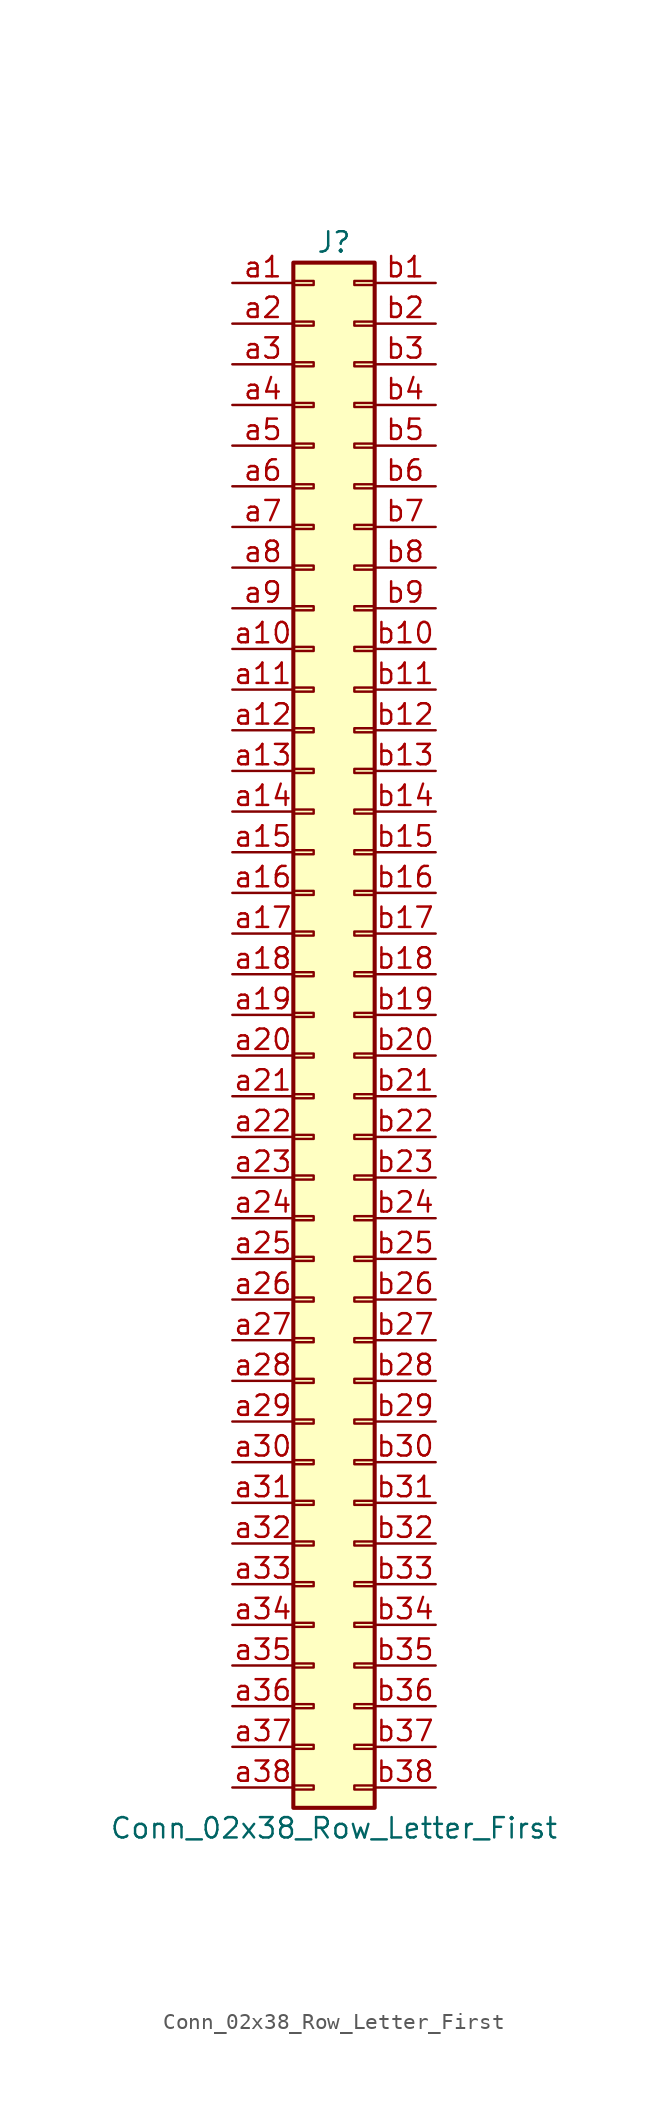
<source format=kicad_sym>
(kicad_symbol_lib
  (version 20211014)
  (generator kicad_symbol_editor)
  (symbol "Conn_02x38_Row_Letter_First"
    (pin_names
      (offset 1.016) hide)
    (property "Reference" "J"
      (at 1.27 48.26 0)
      (effects (font (size 1.27 1.27))))
    (property "Value" "Conn_02x38_Row_Letter_First"
      (at 1.27 -50.8 0)
      (effects (font (size 1.27 1.27))))
    (symbol "Conn_02x38_Row_Letter_First_1_1"
      (rectangle (start -1.27 -48.133) (end 0 -48.387) (stroke (width 0.152) (type default) (color 0 0 0 0)) (fill (type none)))
      (rectangle (start -1.27 -45.593) (end 0 -45.847) (stroke (width 0.152) (type default) (color 0 0 0 0)) (fill (type none)))
      (rectangle (start -1.27 -43.053) (end 0 -43.307) (stroke (width 0.152) (type default) (color 0 0 0 0)) (fill (type none)))
      (rectangle (start -1.27 -40.513) (end 0 -40.767) (stroke (width 0.152) (type default) (color 0 0 0 0)) (fill (type none)))
      (rectangle (start -1.27 -37.973) (end 0 -38.227) (stroke (width 0.152) (type default) (color 0 0 0 0)) (fill (type none)))
      (rectangle (start -1.27 -35.433) (end 0 -35.687) (stroke (width 0.152) (type default) (color 0 0 0 0)) (fill (type none)))
      (rectangle (start -1.27 -32.893) (end 0 -33.147) (stroke (width 0.152) (type default) (color 0 0 0 0)) (fill (type none)))
      (rectangle (start -1.27 -30.353) (end 0 -30.607) (stroke (width 0.152) (type default) (color 0 0 0 0)) (fill (type none)))
      (rectangle (start -1.27 -27.813) (end 0 -28.067) (stroke (width 0.152) (type default) (color 0 0 0 0)) (fill (type none)))
      (rectangle (start -1.27 -25.273) (end 0 -25.527) (stroke (width 0.152) (type default) (color 0 0 0 0)) (fill (type none)))
      (rectangle (start -1.27 -22.733) (end 0 -22.987) (stroke (width 0.152) (type default) (color 0 0 0 0)) (fill (type none)))
      (rectangle (start -1.27 -20.193) (end 0 -20.447) (stroke (width 0.152) (type default) (color 0 0 0 0)) (fill (type none)))
      (rectangle (start -1.27 -17.653) (end 0 -17.907) (stroke (width 0.152) (type default) (color 0 0 0 0)) (fill (type none)))
      (rectangle (start -1.27 -15.113) (end 0 -15.367) (stroke (width 0.152) (type default) (color 0 0 0 0)) (fill (type none)))
      (rectangle (start -1.27 -12.573) (end 0 -12.827) (stroke (width 0.152) (type default) (color 0 0 0 0)) (fill (type none)))
      (rectangle (start -1.27 -10.033) (end 0 -10.287) (stroke (width 0.152) (type default) (color 0 0 0 0)) (fill (type none)))
      (rectangle (start -1.27 -7.493) (end 0 -7.747) (stroke (width 0.152) (type default) (color 0 0 0 0)) (fill (type none)))
      (rectangle (start -1.27 -4.953) (end 0 -5.207) (stroke (width 0.152) (type default) (color 0 0 0 0)) (fill (type none)))
      (rectangle (start -1.27 -2.413) (end 0 -2.667) (stroke (width 0.152) (type default) (color 0 0 0 0)) (fill (type none)))
      (rectangle (start -1.27 0.127) (end 0 -0.127) (stroke (width 0.152) (type default) (color 0 0 0 0)) (fill (type none)))
      (rectangle (start -1.27 2.667) (end 0 2.413) (stroke (width 0.152) (type default) (color 0 0 0 0)) (fill (type none)))
      (rectangle (start -1.27 5.207) (end 0 4.953) (stroke (width 0.152) (type default) (color 0 0 0 0)) (fill (type none)))
      (rectangle (start -1.27 7.747) (end 0 7.493) (stroke (width 0.152) (type default) (color 0 0 0 0)) (fill (type none)))
      (rectangle (start -1.27 10.287) (end 0 10.033) (stroke (width 0.152) (type default) (color 0 0 0 0)) (fill (type none)))
      (rectangle (start -1.27 12.827) (end 0 12.573) (stroke (width 0.152) (type default) (color 0 0 0 0)) (fill (type none)))
      (rectangle (start -1.27 15.367) (end 0 15.113) (stroke (width 0.152) (type default) (color 0 0 0 0)) (fill (type none)))
      (rectangle (start -1.27 17.907) (end 0 17.653) (stroke (width 0.152) (type default) (color 0 0 0 0)) (fill (type none)))
      (rectangle (start -1.27 20.447) (end 0 20.193) (stroke (width 0.152) (type default) (color 0 0 0 0)) (fill (type none)))
      (rectangle (start -1.27 22.987) (end 0 22.733) (stroke (width 0.152) (type default) (color 0 0 0 0)) (fill (type none)))
      (rectangle (start -1.27 25.527) (end 0 25.273) (stroke (width 0.152) (type default) (color 0 0 0 0)) (fill (type none)))
      (rectangle (start -1.27 28.067) (end 0 27.813) (stroke (width 0.152) (type default) (color 0 0 0 0)) (fill (type none)))
      (rectangle (start -1.27 30.607) (end 0 30.353) (stroke (width 0.152) (type default) (color 0 0 0 0)) (fill (type none)))
      (rectangle (start -1.27 33.147) (end 0 32.893) (stroke (width 0.152) (type default) (color 0 0 0 0)) (fill (type none)))
      (rectangle (start -1.27 35.687) (end 0 35.433) (stroke (width 0.152) (type default) (color 0 0 0 0)) (fill (type none)))
      (rectangle (start -1.27 38.227) (end 0 37.973) (stroke (width 0.152) (type default) (color 0 0 0 0)) (fill (type none)))
      (rectangle (start -1.27 40.767) (end 0 40.513) (stroke (width 0.152) (type default) (color 0 0 0 0)) (fill (type none)))
      (rectangle (start -1.27 43.307) (end 0 43.053) (stroke (width 0.152) (type default) (color 0 0 0 0)) (fill (type none)))
      (rectangle (start -1.27 45.847) (end 0 45.593) (stroke (width 0.152) (type default) (color 0 0 0 0)) (fill (type none)))
      (rectangle (start -1.27 46.99) (end 3.81 -49.53) (stroke (width 0.254) (type default) (color 0 0 0 0)) (fill (type background)))
      (rectangle (start 3.81 -48.133) (end 2.54 -48.387) (stroke (width 0.152) (type default) (color 0 0 0 0)) (fill (type none)))
      (rectangle (start 3.81 -45.593) (end 2.54 -45.847) (stroke (width 0.152) (type default) (color 0 0 0 0)) (fill (type none)))
      (rectangle (start 3.81 -43.053) (end 2.54 -43.307) (stroke (width 0.152) (type default) (color 0 0 0 0)) (fill (type none)))
      (rectangle (start 3.81 -40.513) (end 2.54 -40.767) (stroke (width 0.152) (type default) (color 0 0 0 0)) (fill (type none)))
      (rectangle (start 3.81 -37.973) (end 2.54 -38.227) (stroke (width 0.152) (type default) (color 0 0 0 0)) (fill (type none)))
      (rectangle (start 3.81 -35.433) (end 2.54 -35.687) (stroke (width 0.152) (type default) (color 0 0 0 0)) (fill (type none)))
      (rectangle (start 3.81 -32.893) (end 2.54 -33.147) (stroke (width 0.152) (type default) (color 0 0 0 0)) (fill (type none)))
      (rectangle (start 3.81 -30.353) (end 2.54 -30.607) (stroke (width 0.152) (type default) (color 0 0 0 0)) (fill (type none)))
      (rectangle (start 3.81 -27.813) (end 2.54 -28.067) (stroke (width 0.152) (type default) (color 0 0 0 0)) (fill (type none)))
      (rectangle (start 3.81 -25.273) (end 2.54 -25.527) (stroke (width 0.152) (type default) (color 0 0 0 0)) (fill (type none)))
      (rectangle (start 3.81 -22.733) (end 2.54 -22.987) (stroke (width 0.152) (type default) (color 0 0 0 0)) (fill (type none)))
      (rectangle (start 3.81 -20.193) (end 2.54 -20.447) (stroke (width 0.152) (type default) (color 0 0 0 0)) (fill (type none)))
      (rectangle (start 3.81 -17.653) (end 2.54 -17.907) (stroke (width 0.152) (type default) (color 0 0 0 0)) (fill (type none)))
      (rectangle (start 3.81 -15.113) (end 2.54 -15.367) (stroke (width 0.152) (type default) (color 0 0 0 0)) (fill (type none)))
      (rectangle (start 3.81 -12.573) (end 2.54 -12.827) (stroke (width 0.152) (type default) (color 0 0 0 0)) (fill (type none)))
      (rectangle (start 3.81 -10.033) (end 2.54 -10.287) (stroke (width 0.152) (type default) (color 0 0 0 0)) (fill (type none)))
      (rectangle (start 3.81 -7.493) (end 2.54 -7.747) (stroke (width 0.152) (type default) (color 0 0 0 0)) (fill (type none)))
      (rectangle (start 3.81 -4.953) (end 2.54 -5.207) (stroke (width 0.152) (type default) (color 0 0 0 0)) (fill (type none)))
      (rectangle (start 3.81 -2.413) (end 2.54 -2.667) (stroke (width 0.152) (type default) (color 0 0 0 0)) (fill (type none)))
      (rectangle (start 3.81 0.127) (end 2.54 -0.127) (stroke (width 0.152) (type default) (color 0 0 0 0)) (fill (type none)))
      (rectangle (start 3.81 2.667) (end 2.54 2.413) (stroke (width 0.152) (type default) (color 0 0 0 0)) (fill (type none)))
      (rectangle (start 3.81 5.207) (end 2.54 4.953) (stroke (width 0.152) (type default) (color 0 0 0 0)) (fill (type none)))
      (rectangle (start 3.81 7.747) (end 2.54 7.493) (stroke (width 0.152) (type default) (color 0 0 0 0)) (fill (type none)))
      (rectangle (start 3.81 10.287) (end 2.54 10.033) (stroke (width 0.152) (type default) (color 0 0 0 0)) (fill (type none)))
      (rectangle (start 3.81 12.827) (end 2.54 12.573) (stroke (width 0.152) (type default) (color 0 0 0 0)) (fill (type none)))
      (rectangle (start 3.81 15.367) (end 2.54 15.113) (stroke (width 0.152) (type default) (color 0 0 0 0)) (fill (type none)))
      (rectangle (start 3.81 17.907) (end 2.54 17.653) (stroke (width 0.152) (type default) (color 0 0 0 0)) (fill (type none)))
      (rectangle (start 3.81 20.447) (end 2.54 20.193) (stroke (width 0.152) (type default) (color 0 0 0 0)) (fill (type none)))
      (rectangle (start 3.81 22.987) (end 2.54 22.733) (stroke (width 0.152) (type default) (color 0 0 0 0)) (fill (type none)))
      (rectangle (start 3.81 25.527) (end 2.54 25.273) (stroke (width 0.152) (type default) (color 0 0 0 0)) (fill (type none)))
      (rectangle (start 3.81 28.067) (end 2.54 27.813) (stroke (width 0.152) (type default) (color 0 0 0 0)) (fill (type none)))
      (rectangle (start 3.81 30.607) (end 2.54 30.353) (stroke (width 0.152) (type default) (color 0 0 0 0)) (fill (type none)))
      (rectangle (start 3.81 33.147) (end 2.54 32.893) (stroke (width 0.152) (type default) (color 0 0 0 0)) (fill (type none)))
      (rectangle (start 3.81 35.687) (end 2.54 35.433) (stroke (width 0.152) (type default) (color 0 0 0 0)) (fill (type none)))
      (rectangle (start 3.81 38.227) (end 2.54 37.973) (stroke (width 0.152) (type default) (color 0 0 0 0)) (fill (type none)))
      (rectangle (start 3.81 40.767) (end 2.54 40.513) (stroke (width 0.152) (type default) (color 0 0 0 0)) (fill (type none)))
      (rectangle (start 3.81 43.307) (end 2.54 43.053) (stroke (width 0.152) (type default) (color 0 0 0 0)) (fill (type none)))
      (rectangle (start 3.81 45.847) (end 2.54 45.593) (stroke (width 0.152) (type default) (color 0 0 0 0)) (fill (type none)))
      (pin passive line (at -5.08 45.72 0) (length 3.81) (name "Pin_a1" (effects (font (size 1.27 1.27)))) (number "a1" (effects (font (size 1.27 1.27)))))
      (pin passive line (at -5.08 22.86 0) (length 3.81) (name "Pin_a10" (effects (font (size 1.27 1.27)))) (number "a10" (effects (font (size 1.27 1.27)))))
      (pin passive line (at -5.08 20.32 0) (length 3.81) (name "Pin_a11" (effects (font (size 1.27 1.27)))) (number "a11" (effects (font (size 1.27 1.27)))))
      (pin passive line (at -5.08 17.78 0) (length 3.81) (name "Pin_a12" (effects (font (size 1.27 1.27)))) (number "a12" (effects (font (size 1.27 1.27)))))
      (pin passive line (at -5.08 15.24 0) (length 3.81) (name "Pin_a13" (effects (font (size 1.27 1.27)))) (number "a13" (effects (font (size 1.27 1.27)))))
      (pin passive line (at -5.08 12.7 0) (length 3.81) (name "Pin_a14" (effects (font (size 1.27 1.27)))) (number "a14" (effects (font (size 1.27 1.27)))))
      (pin passive line (at -5.08 10.16 0) (length 3.81) (name "Pin_a15" (effects (font (size 1.27 1.27)))) (number "a15" (effects (font (size 1.27 1.27)))))
      (pin passive line (at -5.08 7.62 0) (length 3.81) (name "Pin_a16" (effects (font (size 1.27 1.27)))) (number "a16" (effects (font (size 1.27 1.27)))))
      (pin passive line (at -5.08 5.08 0) (length 3.81) (name "Pin_a17" (effects (font (size 1.27 1.27)))) (number "a17" (effects (font (size 1.27 1.27)))))
      (pin passive line (at -5.08 2.54 0) (length 3.81) (name "Pin_a18" (effects (font (size 1.27 1.27)))) (number "a18" (effects (font (size 1.27 1.27)))))
      (pin passive line (at -5.08 0 0) (length 3.81) (name "Pin_a19" (effects (font (size 1.27 1.27)))) (number "a19" (effects (font (size 1.27 1.27)))))
      (pin passive line (at -5.08 43.18 0) (length 3.81) (name "Pin_a2" (effects (font (size 1.27 1.27)))) (number "a2" (effects (font (size 1.27 1.27)))))
      (pin passive line (at -5.08 -2.54 0) (length 3.81) (name "Pin_a20" (effects (font (size 1.27 1.27)))) (number "a20" (effects (font (size 1.27 1.27)))))
      (pin passive line (at -5.08 -5.08 0) (length 3.81) (name "Pin_a21" (effects (font (size 1.27 1.27)))) (number "a21" (effects (font (size 1.27 1.27)))))
      (pin passive line (at -5.08 -7.62 0) (length 3.81) (name "Pin_a22" (effects (font (size 1.27 1.27)))) (number "a22" (effects (font (size 1.27 1.27)))))
      (pin passive line (at -5.08 -10.16 0) (length 3.81) (name "Pin_a23" (effects (font (size 1.27 1.27)))) (number "a23" (effects (font (size 1.27 1.27)))))
      (pin passive line (at -5.08 -12.7 0) (length 3.81) (name "Pin_a24" (effects (font (size 1.27 1.27)))) (number "a24" (effects (font (size 1.27 1.27)))))
      (pin passive line (at -5.08 -15.24 0) (length 3.81) (name "Pin_a25" (effects (font (size 1.27 1.27)))) (number "a25" (effects (font (size 1.27 1.27)))))
      (pin passive line (at -5.08 -17.78 0) (length 3.81) (name "Pin_a26" (effects (font (size 1.27 1.27)))) (number "a26" (effects (font (size 1.27 1.27)))))
      (pin passive line (at -5.08 -20.32 0) (length 3.81) (name "Pin_a27" (effects (font (size 1.27 1.27)))) (number "a27" (effects (font (size 1.27 1.27)))))
      (pin passive line (at -5.08 -22.86 0) (length 3.81) (name "Pin_a28" (effects (font (size 1.27 1.27)))) (number "a28" (effects (font (size 1.27 1.27)))))
      (pin passive line (at -5.08 -25.4 0) (length 3.81) (name "Pin_a29" (effects (font (size 1.27 1.27)))) (number "a29" (effects (font (size 1.27 1.27)))))
      (pin passive line (at -5.08 40.64 0) (length 3.81) (name "Pin_a3" (effects (font (size 1.27 1.27)))) (number "a3" (effects (font (size 1.27 1.27)))))
      (pin passive line (at -5.08 -27.94 0) (length 3.81) (name "Pin_a30" (effects (font (size 1.27 1.27)))) (number "a30" (effects (font (size 1.27 1.27)))))
      (pin passive line (at -5.08 -30.48 0) (length 3.81) (name "Pin_a31" (effects (font (size 1.27 1.27)))) (number "a31" (effects (font (size 1.27 1.27)))))
      (pin passive line (at -5.08 -33.02 0) (length 3.81) (name "Pin_a32" (effects (font (size 1.27 1.27)))) (number "a32" (effects (font (size 1.27 1.27)))))
      (pin passive line (at -5.08 -35.56 0) (length 3.81) (name "Pin_a33" (effects (font (size 1.27 1.27)))) (number "a33" (effects (font (size 1.27 1.27)))))
      (pin passive line (at -5.08 -38.1 0) (length 3.81) (name "Pin_a34" (effects (font (size 1.27 1.27)))) (number "a34" (effects (font (size 1.27 1.27)))))
      (pin passive line (at -5.08 -40.64 0) (length 3.81) (name "Pin_a35" (effects (font (size 1.27 1.27)))) (number "a35" (effects (font (size 1.27 1.27)))))
      (pin passive line (at -5.08 -43.18 0) (length 3.81) (name "Pin_a36" (effects (font (size 1.27 1.27)))) (number "a36" (effects (font (size 1.27 1.27)))))
      (pin passive line (at -5.08 -45.72 0) (length 3.81) (name "Pin_a37" (effects (font (size 1.27 1.27)))) (number "a37" (effects (font (size 1.27 1.27)))))
      (pin passive line (at -5.08 -48.26 0) (length 3.81) (name "Pin_a38" (effects (font (size 1.27 1.27)))) (number "a38" (effects (font (size 1.27 1.27)))))
      (pin passive line (at -5.08 38.1 0) (length 3.81) (name "Pin_a4" (effects (font (size 1.27 1.27)))) (number "a4" (effects (font (size 1.27 1.27)))))
      (pin passive line (at -5.08 35.56 0) (length 3.81) (name "Pin_a5" (effects (font (size 1.27 1.27)))) (number "a5" (effects (font (size 1.27 1.27)))))
      (pin passive line (at -5.08 33.02 0) (length 3.81) (name "Pin_a6" (effects (font (size 1.27 1.27)))) (number "a6" (effects (font (size 1.27 1.27)))))
      (pin passive line (at -5.08 30.48 0) (length 3.81) (name "Pin_a7" (effects (font (size 1.27 1.27)))) (number "a7" (effects (font (size 1.27 1.27)))))
      (pin passive line (at -5.08 27.94 0) (length 3.81) (name "Pin_a8" (effects (font (size 1.27 1.27)))) (number "a8" (effects (font (size 1.27 1.27)))))
      (pin passive line (at -5.08 25.4 0) (length 3.81) (name "Pin_a9" (effects (font (size 1.27 1.27)))) (number "a9" (effects (font (size 1.27 1.27)))))
      (pin passive line (at 7.62 45.72 180) (length 3.81) (name "Pin_b1" (effects (font (size 1.27 1.27)))) (number "b1" (effects (font (size 1.27 1.27)))))
      (pin passive line (at 7.62 22.86 180) (length 3.81) (name "Pin_b10" (effects (font (size 1.27 1.27)))) (number "b10" (effects (font (size 1.27 1.27)))))
      (pin passive line (at 7.62 20.32 180) (length 3.81) (name "Pin_b11" (effects (font (size 1.27 1.27)))) (number "b11" (effects (font (size 1.27 1.27)))))
      (pin passive line (at 7.62 17.78 180) (length 3.81) (name "Pin_b12" (effects (font (size 1.27 1.27)))) (number "b12" (effects (font (size 1.27 1.27)))))
      (pin passive line (at 7.62 15.24 180) (length 3.81) (name "Pin_b13" (effects (font (size 1.27 1.27)))) (number "b13" (effects (font (size 1.27 1.27)))))
      (pin passive line (at 7.62 12.7 180) (length 3.81) (name "Pin_b14" (effects (font (size 1.27 1.27)))) (number "b14" (effects (font (size 1.27 1.27)))))
      (pin passive line (at 7.62 10.16 180) (length 3.81) (name "Pin_b15" (effects (font (size 1.27 1.27)))) (number "b15" (effects (font (size 1.27 1.27)))))
      (pin passive line (at 7.62 7.62 180) (length 3.81) (name "Pin_b16" (effects (font (size 1.27 1.27)))) (number "b16" (effects (font (size 1.27 1.27)))))
      (pin passive line (at 7.62 5.08 180) (length 3.81) (name "Pin_b17" (effects (font (size 1.27 1.27)))) (number "b17" (effects (font (size 1.27 1.27)))))
      (pin passive line (at 7.62 2.54 180) (length 3.81) (name "Pin_b18" (effects (font (size 1.27 1.27)))) (number "b18" (effects (font (size 1.27 1.27)))))
      (pin passive line (at 7.62 0 180) (length 3.81) (name "Pin_b19" (effects (font (size 1.27 1.27)))) (number "b19" (effects (font (size 1.27 1.27)))))
      (pin passive line (at 7.62 43.18 180) (length 3.81) (name "Pin_b2" (effects (font (size 1.27 1.27)))) (number "b2" (effects (font (size 1.27 1.27)))))
      (pin passive line (at 7.62 -2.54 180) (length 3.81) (name "Pin_b20" (effects (font (size 1.27 1.27)))) (number "b20" (effects (font (size 1.27 1.27)))))
      (pin passive line (at 7.62 -5.08 180) (length 3.81) (name "Pin_b21" (effects (font (size 1.27 1.27)))) (number "b21" (effects (font (size 1.27 1.27)))))
      (pin passive line (at 7.62 -7.62 180) (length 3.81) (name "Pin_b22" (effects (font (size 1.27 1.27)))) (number "b22" (effects (font (size 1.27 1.27)))))
      (pin passive line (at 7.62 -10.16 180) (length 3.81) (name "Pin_b23" (effects (font (size 1.27 1.27)))) (number "b23" (effects (font (size 1.27 1.27)))))
      (pin passive line (at 7.62 -12.7 180) (length 3.81) (name "Pin_b24" (effects (font (size 1.27 1.27)))) (number "b24" (effects (font (size 1.27 1.27)))))
      (pin passive line (at 7.62 -15.24 180) (length 3.81) (name "Pin_b25" (effects (font (size 1.27 1.27)))) (number "b25" (effects (font (size 1.27 1.27)))))
      (pin passive line (at 7.62 -17.78 180) (length 3.81) (name "Pin_b26" (effects (font (size 1.27 1.27)))) (number "b26" (effects (font (size 1.27 1.27)))))
      (pin passive line (at 7.62 -20.32 180) (length 3.81) (name "Pin_b27" (effects (font (size 1.27 1.27)))) (number "b27" (effects (font (size 1.27 1.27)))))
      (pin passive line (at 7.62 -22.86 180) (length 3.81) (name "Pin_b28" (effects (font (size 1.27 1.27)))) (number "b28" (effects (font (size 1.27 1.27)))))
      (pin passive line (at 7.62 -25.4 180) (length 3.81) (name "Pin_b29" (effects (font (size 1.27 1.27)))) (number "b29" (effects (font (size 1.27 1.27)))))
      (pin passive line (at 7.62 40.64 180) (length 3.81) (name "Pin_b3" (effects (font (size 1.27 1.27)))) (number "b3" (effects (font (size 1.27 1.27)))))
      (pin passive line (at 7.62 -27.94 180) (length 3.81) (name "Pin_b30" (effects (font (size 1.27 1.27)))) (number "b30" (effects (font (size 1.27 1.27)))))
      (pin passive line (at 7.62 -30.48 180) (length 3.81) (name "Pin_b31" (effects (font (size 1.27 1.27)))) (number "b31" (effects (font (size 1.27 1.27)))))
      (pin passive line (at 7.62 -33.02 180) (length 3.81) (name "Pin_b32" (effects (font (size 1.27 1.27)))) (number "b32" (effects (font (size 1.27 1.27)))))
      (pin passive line (at 7.62 -35.56 180) (length 3.81) (name "Pin_b33" (effects (font (size 1.27 1.27)))) (number "b33" (effects (font (size 1.27 1.27)))))
      (pin passive line (at 7.62 -38.1 180) (length 3.81) (name "Pin_b34" (effects (font (size 1.27 1.27)))) (number "b34" (effects (font (size 1.27 1.27)))))
      (pin passive line (at 7.62 -40.64 180) (length 3.81) (name "Pin_b35" (effects (font (size 1.27 1.27)))) (number "b35" (effects (font (size 1.27 1.27)))))
      (pin passive line (at 7.62 -43.18 180) (length 3.81) (name "Pin_b36" (effects (font (size 1.27 1.27)))) (number "b36" (effects (font (size 1.27 1.27)))))
      (pin passive line (at 7.62 -45.72 180) (length 3.81) (name "Pin_b37" (effects (font (size 1.27 1.27)))) (number "b37" (effects (font (size 1.27 1.27)))))
      (pin passive line (at 7.62 -48.26 180) (length 3.81) (name "Pin_b38" (effects (font (size 1.27 1.27)))) (number "b38" (effects (font (size 1.27 1.27)))))
      (pin passive line (at 7.62 38.1 180) (length 3.81) (name "Pin_b4" (effects (font (size 1.27 1.27)))) (number "b4" (effects (font (size 1.27 1.27)))))
      (pin passive line (at 7.62 35.56 180) (length 3.81) (name "Pin_b5" (effects (font (size 1.27 1.27)))) (number "b5" (effects (font (size 1.27 1.27)))))
      (pin passive line (at 7.62 33.02 180) (length 3.81) (name "Pin_b6" (effects (font (size 1.27 1.27)))) (number "b6" (effects (font (size 1.27 1.27)))))
      (pin passive line (at 7.62 30.48 180) (length 3.81) (name "Pin_b7" (effects (font (size 1.27 1.27)))) (number "b7" (effects (font (size 1.27 1.27)))))
      (pin passive line (at 7.62 27.94 180) (length 3.81) (name "Pin_b8" (effects (font (size 1.27 1.27)))) (number "b8" (effects (font (size 1.27 1.27)))))
      (pin passive line (at 7.62 25.4 180) (length 3.81) (name "Pin_b9" (effects (font (size 1.27 1.27)))) (number "b9" (effects (font (size 1.27 1.27))))))))
</source>
